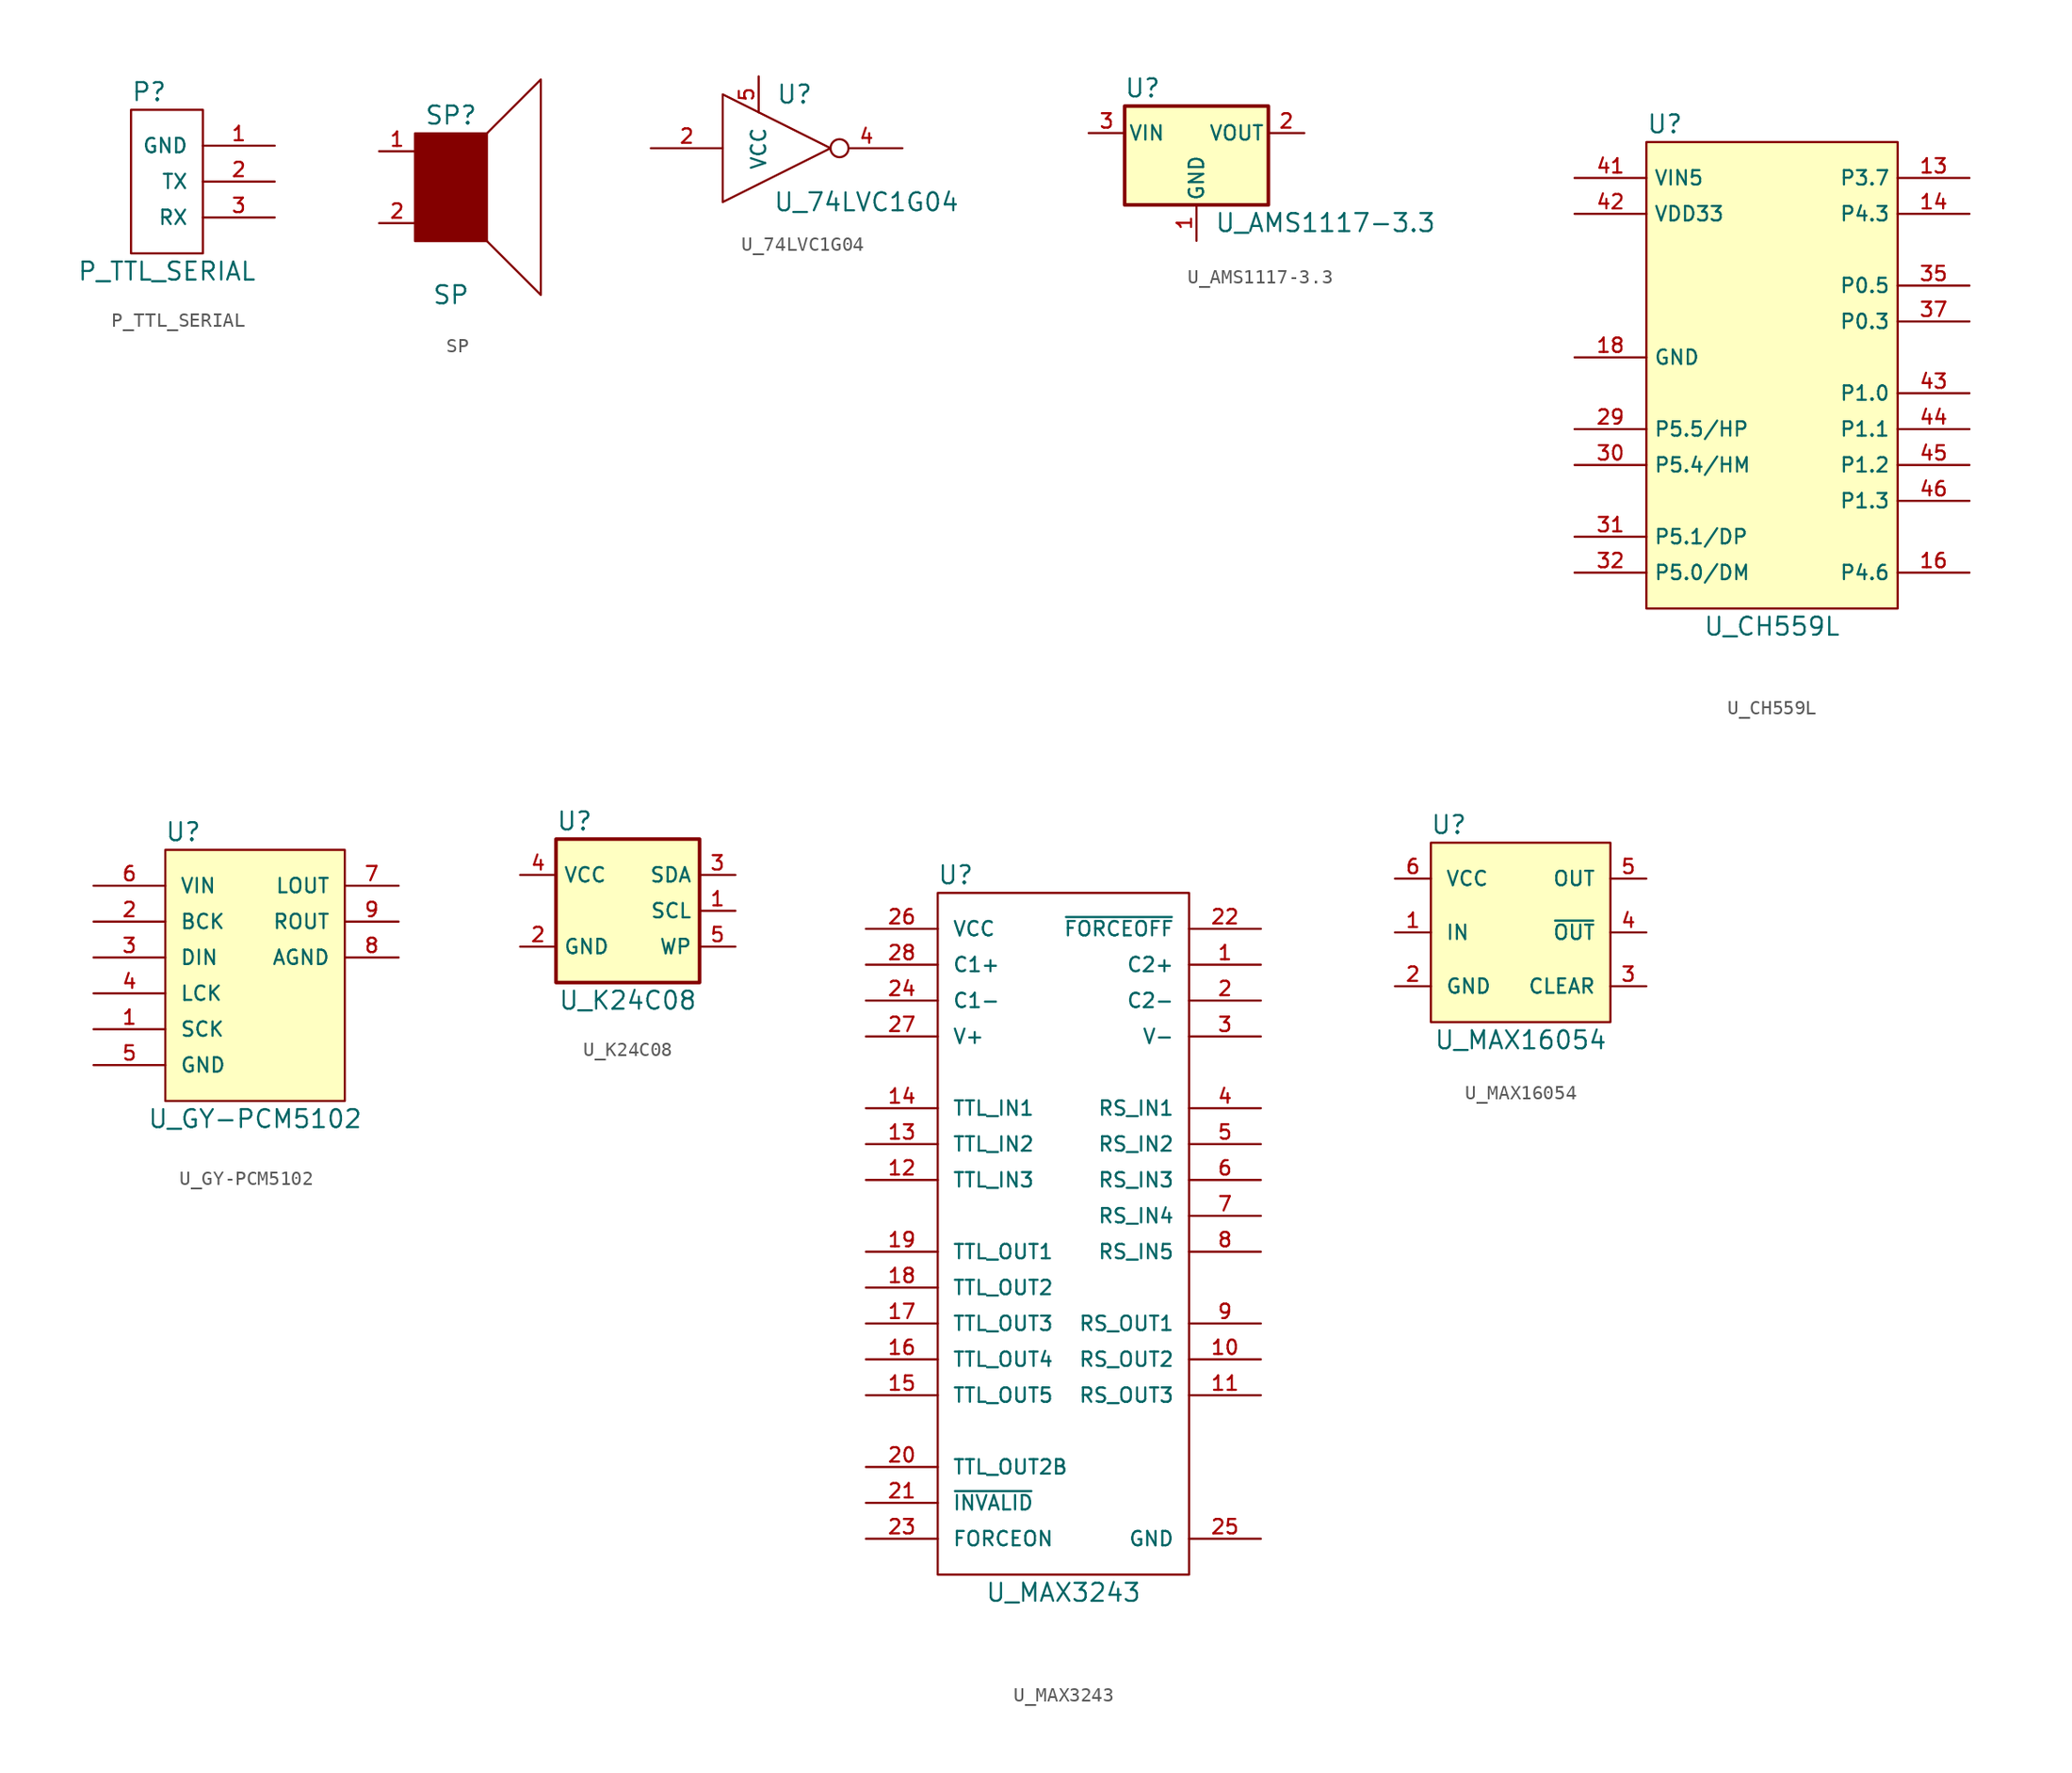
<source format=kicad_sym>
(kicad_symbol_lib
  (version 20231120)
  (generator "kicad_symbol_editor")
  (generator_version "8.0")
  (symbol "P_TTL_SERIAL"
    (pin_names
      (offset 1.016))
    (property "Reference" "P"
      (at -2.54 6.35 0)
      (effects (font (size 1.27 1.27)) (justify left)))
    (property "Value" "P_TTL_SERIAL"
      (at 0 -6.35 0)
      (effects (font (size 1.27 1.27))))
    (symbol "P_TTL_SERIAL_1_1"
      (rectangle (start -2.54 5.08) (end 2.54 -5.08) (stroke (width 0) (type default)) (fill (type none)))
      (pin passive line (at 7.62 2.54 180) (length 5.08) (name "GND" (effects (font (size 1.016 1.016)))) (number "1" (effects (font (size 1.016 1.016)))))
      (pin passive line (at 7.62 0 180) (length 5.08) (name "TX" (effects (font (size 1.016 1.016)))) (number "2" (effects (font (size 1.016 1.016)))))
      (pin passive line (at 7.62 -2.54 180) (length 5.08) (name "RX" (effects (font (size 1.016 1.016)))) (number "3" (effects (font (size 1.016 1.016)))))))
  (symbol "SP"
    (pin_names
      (offset 1.016))
    (property "Reference" "SP"
      (at 0 5.08 0)
      (effects (font (size 1.27 1.27))))
    (property "Value" "SP"
      (at 0 -7.62 0)
      (effects (font (size 1.27 1.27))))
    (symbol "SP_1_0"
      (polyline (pts (xy 2.54 3.81) (xy 6.35 7.62) (xy 6.35 -7.62) (xy 2.54 -3.81)) (stroke (width 0) (type default)) (fill (type none)))
      (polyline (pts (xy -2.54 3.81) (xy 2.54 3.81) (xy 2.54 -3.81) (xy -2.54 -3.81) (xy -2.54 3.81)) (stroke (width 0) (type default)) (fill (type outline))))
    (symbol "SP_1_1"
      (pin passive line (at -5.08 2.54 0) (length 2.54) (name "~" (effects (font (size 1.016 1.016)))) (number "1" (effects (font (size 1.016 1.016)))))
      (pin passive line (at -5.08 -2.54 0) (length 2.54) (name "~" (effects (font (size 1.016 1.016)))) (number "2" (effects (font (size 1.016 1.016)))))))
  (symbol "U_74LVC1G04"
    (pin_names
      (offset 1.016))
    (property "Reference" "U"
      (at 2.54 3.81 0)
      (effects (font (size 1.27 1.27))))
    (property "Value" "U_74LVC1G04"
      (at 7.62 -3.81 0)
      (effects (font (size 1.27 1.27))))
    (symbol "U_74LVC1G04_1_1"
      (polyline (pts (xy -2.54 3.81) (xy -2.54 -3.81) (xy 5.08 0) (xy -2.54 3.81)) (stroke (width 0.152) (type default)) (fill (type none)))
      (pin no_connect line (at -2.54 3.81 270) (length 0) hide (name "NC" (effects (font (size 1.016 1.016)))) (number "1" (effects (font (size 1.016 1.016)))))
      (pin input line (at -7.62 0 0) (length 5.08) (name "~" (effects (font (size 1.016 1.016)))) (number "2" (effects (font (size 1.016 1.016)))))
      (pin power_in line (at -2.54 -3.81 90) (length 0) hide (name "GND" (effects (font (size 1.016 1.016)))) (number "3" (effects (font (size 1.016 1.016)))))
      (pin output inverted (at 10.16 0 180) (length 5.08) (name "~" (effects (font (size 1.016 1.016)))) (number "4" (effects (font (size 1.016 1.016)))))
      (pin power_in line (at 0 5.08 270) (length 2.54) (name "VCC" (effects (font (size 1.016 1.016)))) (number "5" (effects (font (size 1.016 1.016)))))))
  (symbol "U_AMS1117-3.3"
    (pin_names
      (offset 0.254))
    (property "Reference" "U"
      (at -3.81 3.175 0)
      (effects (font (size 1.27 1.27))))
    (property "Value" "U_AMS1117-3.3"
      (at 1.27 -6.35 0)
      (effects (font (size 1.27 1.27)) (justify left)))
    (symbol "U_AMS1117-3.3_0_1"
      (rectangle (start -5.08 -5.08) (end 5.08 1.905) (stroke (width 0.254) (type default)) (fill (type background))))
    (symbol "U_AMS1117-3.3_1_1"
      (pin power_in line (at 0 -7.62 90) (length 2.54) (name "GND" (effects (font (size 1.016 1.016)))) (number "1" (effects (font (size 1.016 1.016)))))
      (pin power_out line (at 7.62 0 180) (length 2.54) (name "VOUT" (effects (font (size 1.016 1.016)))) (number "2" (effects (font (size 1.016 1.016)))))
      (pin power_in line (at -7.62 0 0) (length 2.54) (name "VIN" (effects (font (size 1.016 1.016)))) (number "3" (effects (font (size 1.016 1.016)))))))
  (symbol "U_CH559L"
    (property "Reference" "U"
      (at -8.89 17.78 0)
      (effects (font (size 1.27 1.27)) (justify left)))
    (property "Value" "U_CH559L"
      (at 0 -17.78 0)
      (effects (font (size 1.27 1.27))))
    (symbol "U_CH559L_1_1"
      (rectangle (start -8.89 16.51) (end 8.89 -16.51) (stroke (width 0) (type default)) (fill (type background)))
      (pin passive line (at 13.97 13.97 180) (length 5.08) (name "P3.7" (effects (font (size 1.016 1.016)))) (number "13" (effects (font (size 1.016 1.016)))))
      (pin passive line (at 13.97 11.43 180) (length 5.08) (name "P4.3" (effects (font (size 1.016 1.016)))) (number "14" (effects (font (size 1.016 1.016)))))
      (pin passive line (at 13.97 -13.97 180) (length 5.08) (name "P4.6" (effects (font (size 1.016 1.016)))) (number "16" (effects (font (size 1.016 1.016)))))
      (pin passive line (at -13.97 1.27 0) (length 5.08) (name "GND" (effects (font (size 1.016 1.016)))) (number "18" (effects (font (size 1.016 1.016)))))
      (pin passive line (at -13.97 -3.81 0) (length 5.08) (name "P5.5/HP" (effects (font (size 1.016 1.016)))) (number "29" (effects (font (size 1.016 1.016)))))
      (pin passive line (at -13.97 -6.35 0) (length 5.08) (name "P5.4/HM" (effects (font (size 1.016 1.016)))) (number "30" (effects (font (size 1.016 1.016)))))
      (pin passive line (at -13.97 -11.43 0) (length 5.08) (name "P5.1/DP" (effects (font (size 1.016 1.016)))) (number "31" (effects (font (size 1.016 1.016)))))
      (pin passive line (at -13.97 -13.97 0) (length 5.08) (name "P5.0/DM" (effects (font (size 1.016 1.016)))) (number "32" (effects (font (size 1.016 1.016)))))
      (pin passive line (at 13.97 6.35 180) (length 5.08) (name "P0.5" (effects (font (size 1.016 1.016)))) (number "35" (effects (font (size 1.016 1.016)))))
      (pin passive line (at 13.97 3.81 180) (length 5.08) (name "P0.3" (effects (font (size 1.016 1.016)))) (number "37" (effects (font (size 1.016 1.016)))))
      (pin passive line (at -13.97 13.97 0) (length 5.08) (name "VIN5" (effects (font (size 1.016 1.016)))) (number "41" (effects (font (size 1.016 1.016)))))
      (pin passive line (at -13.97 11.43 0) (length 5.08) (name "VDD33" (effects (font (size 1.016 1.016)))) (number "42" (effects (font (size 1.016 1.016)))))
      (pin passive line (at 13.97 -1.27 180) (length 5.08) (name "P1.0" (effects (font (size 1.016 1.016)))) (number "43" (effects (font (size 1.016 1.016)))))
      (pin passive line (at 13.97 -3.81 180) (length 5.08) (name "P1.1" (effects (font (size 1.016 1.016)))) (number "44" (effects (font (size 1.016 1.016)))))
      (pin passive line (at 13.97 -6.35 180) (length 5.08) (name "P1.2" (effects (font (size 1.016 1.016)))) (number "45" (effects (font (size 1.016 1.016)))))
      (pin passive line (at 13.97 -8.89 180) (length 5.08) (name "P1.3" (effects (font (size 1.016 1.016)))) (number "46" (effects (font (size 1.016 1.016)))))))
  (symbol "U_GY-PCM5102"
    (pin_names
      (offset 1.016))
    (property "Reference" "U"
      (at -5.08 10.16 0)
      (effects (font (size 1.27 1.27))))
    (property "Value" "U_GY-PCM5102"
      (at 0 -10.16 0)
      (effects (font (size 1.27 1.27))))
    (symbol "U_GY-PCM5102_0_1"
      (rectangle (start -6.35 8.89) (end 6.35 -8.89) (stroke (width 0) (type default)) (fill (type background))))
    (symbol "U_GY-PCM5102_1_1"
      (pin input line (at -11.43 -3.81 0) (length 5.08) (name "SCK" (effects (font (size 1.016 1.016)))) (number "1" (effects (font (size 1.016 1.016)))))
      (pin input line (at -11.43 3.81 0) (length 5.08) (name "BCK" (effects (font (size 1.016 1.016)))) (number "2" (effects (font (size 1.016 1.016)))))
      (pin input line (at -11.43 1.27 0) (length 5.08) (name "DIN" (effects (font (size 1.016 1.016)))) (number "3" (effects (font (size 1.016 1.016)))))
      (pin input line (at -11.43 -1.27 0) (length 5.08) (name "LCK" (effects (font (size 1.016 1.016)))) (number "4" (effects (font (size 1.016 1.016)))))
      (pin power_in line (at -11.43 -6.35 0) (length 5.08) (name "GND" (effects (font (size 1.016 1.016)))) (number "5" (effects (font (size 1.016 1.016)))))
      (pin power_in line (at -11.43 6.35 0) (length 5.08) (name "VIN" (effects (font (size 1.016 1.016)))) (number "6" (effects (font (size 1.016 1.016)))))
      (pin output line (at 10.16 6.35 180) (length 3.81) (name "LOUT" (effects (font (size 1.016 1.016)))) (number "7" (effects (font (size 1.016 1.016)))))
      (pin passive line (at 10.16 1.27 180) (length 3.81) (name "AGND" (effects (font (size 1.016 1.016)))) (number "8" (effects (font (size 1.016 1.016)))))
      (pin output line (at 10.16 3.81 180) (length 3.81) (name "ROUT" (effects (font (size 1.016 1.016)))) (number "9" (effects (font (size 1.016 1.016)))))))
  (symbol "U_K24C08"
    (property "Reference" "U"
      (at -5.08 6.35 0)
      (effects (font (size 1.27 1.27)) (justify left)))
    (property "Value" "U_K24C08"
      (at 0 -6.35 0)
      (effects (font (size 1.27 1.27))))
    (symbol "U_K24C08_1_1"
      (rectangle (start -5.08 5.08) (end 5.08 -5.08) (stroke (width 0.254) (type default)) (fill (type background)))
      (pin input line (at 7.62 0 180) (length 2.54) (name "SCL" (effects (font (size 1.016 1.016)))) (number "1" (effects (font (size 1.016 1.016)))))
      (pin power_in line (at -7.62 -2.54 0) (length 2.54) (name "GND" (effects (font (size 1.016 1.016)))) (number "2" (effects (font (size 1.016 1.016)))))
      (pin bidirectional line (at 7.62 2.54 180) (length 2.54) (name "SDA" (effects (font (size 1.016 1.016)))) (number "3" (effects (font (size 1.016 1.016)))))
      (pin power_in line (at -7.62 2.54 0) (length 2.54) (name "VCC" (effects (font (size 1.016 1.016)))) (number "4" (effects (font (size 1.016 1.016)))))
      (pin input line (at 7.62 -2.54 180) (length 2.54) (name "WP" (effects (font (size 1.016 1.016)))) (number "5" (effects (font (size 1.016 1.016)))))))
  (symbol "U_MAX3243"
    (pin_names
      (offset 1.016))
    (property "Reference" "U"
      (at -7.62 22.86 0)
      (effects (font (size 1.27 1.27))))
    (property "Value" "U_MAX3243"
      (at 0 -27.94 0)
      (effects (font (size 1.27 1.27))))
    (symbol "U_MAX3243_1_1"
      (rectangle (start -8.89 21.59) (end 8.89 -26.67) (stroke (width 0) (type default)) (fill (type none)))
      (pin passive line (at 13.97 16.51 180) (length 5.08) (name "C2+" (effects (font (size 1.016 1.016)))) (number "1" (effects (font (size 1.016 1.016)))))
      (pin passive line (at 13.97 -11.43 180) (length 5.08) (name "RS_OUT2" (effects (font (size 1.016 1.016)))) (number "10" (effects (font (size 1.016 1.016)))))
      (pin passive line (at 13.97 -13.97 180) (length 5.08) (name "RS_OUT3" (effects (font (size 1.016 1.016)))) (number "11" (effects (font (size 1.016 1.016)))))
      (pin passive line (at -13.97 1.27 0) (length 5.08) (name "TTL_IN3" (effects (font (size 1.016 1.016)))) (number "12" (effects (font (size 1.016 1.016)))))
      (pin passive line (at -13.97 3.81 0) (length 5.08) (name "TTL_IN2" (effects (font (size 1.016 1.016)))) (number "13" (effects (font (size 1.016 1.016)))))
      (pin passive line (at -13.97 6.35 0) (length 5.08) (name "TTL_IN1" (effects (font (size 1.016 1.016)))) (number "14" (effects (font (size 1.016 1.016)))))
      (pin passive line (at -13.97 -13.97 0) (length 5.08) (name "TTL_OUT5" (effects (font (size 1.016 1.016)))) (number "15" (effects (font (size 1.016 1.016)))))
      (pin passive line (at -13.97 -11.43 0) (length 5.08) (name "TTL_OUT4" (effects (font (size 1.016 1.016)))) (number "16" (effects (font (size 1.016 1.016)))))
      (pin passive line (at -13.97 -8.89 0) (length 5.08) (name "TTL_OUT3" (effects (font (size 1.016 1.016)))) (number "17" (effects (font (size 1.016 1.016)))))
      (pin passive line (at -13.97 -6.35 0) (length 5.08) (name "TTL_OUT2" (effects (font (size 1.016 1.016)))) (number "18" (effects (font (size 1.016 1.016)))))
      (pin passive line (at -13.97 -3.81 0) (length 5.08) (name "TTL_OUT1" (effects (font (size 1.016 1.016)))) (number "19" (effects (font (size 1.016 1.016)))))
      (pin passive line (at 13.97 13.97 180) (length 5.08) (name "C2-" (effects (font (size 1.016 1.016)))) (number "2" (effects (font (size 1.016 1.016)))))
      (pin passive line (at -13.97 -19.05 0) (length 5.08) (name "TTL_OUT2B" (effects (font (size 1.016 1.016)))) (number "20" (effects (font (size 1.016 1.016)))))
      (pin passive line (at -13.97 -21.59 0) (length 5.08) (name "~{INVALID}" (effects (font (size 1.016 1.016)))) (number "21" (effects (font (size 1.016 1.016)))))
      (pin passive line (at 13.97 19.05 180) (length 5.08) (name "~{FORCEOFF}" (effects (font (size 1.016 1.016)))) (number "22" (effects (font (size 1.016 1.016)))))
      (pin passive line (at -13.97 -24.13 0) (length 5.08) (name "FORCEON" (effects (font (size 1.016 1.016)))) (number "23" (effects (font (size 1.016 1.016)))))
      (pin passive line (at -13.97 13.97 0) (length 5.08) (name "C1-" (effects (font (size 1.016 1.016)))) (number "24" (effects (font (size 1.016 1.016)))))
      (pin power_in line (at 13.97 -24.13 180) (length 5.08) (name "GND" (effects (font (size 1.016 1.016)))) (number "25" (effects (font (size 1.016 1.016)))))
      (pin power_in line (at -13.97 19.05 0) (length 5.08) (name "VCC" (effects (font (size 1.016 1.016)))) (number "26" (effects (font (size 1.016 1.016)))))
      (pin passive line (at -13.97 11.43 0) (length 5.08) (name "V+" (effects (font (size 1.016 1.016)))) (number "27" (effects (font (size 1.016 1.016)))))
      (pin passive line (at -13.97 16.51 0) (length 5.08) (name "C1+" (effects (font (size 1.016 1.016)))) (number "28" (effects (font (size 1.016 1.016)))))
      (pin passive line (at 13.97 11.43 180) (length 5.08) (name "V-" (effects (font (size 1.016 1.016)))) (number "3" (effects (font (size 1.016 1.016)))))
      (pin passive line (at 13.97 6.35 180) (length 5.08) (name "RS_IN1" (effects (font (size 1.016 1.016)))) (number "4" (effects (font (size 1.016 1.016)))))
      (pin passive line (at 13.97 3.81 180) (length 5.08) (name "RS_IN2" (effects (font (size 1.016 1.016)))) (number "5" (effects (font (size 1.016 1.016)))))
      (pin passive line (at 13.97 1.27 180) (length 5.08) (name "RS_IN3" (effects (font (size 1.016 1.016)))) (number "6" (effects (font (size 1.016 1.016)))))
      (pin passive line (at 13.97 -1.27 180) (length 5.08) (name "RS_IN4" (effects (font (size 1.016 1.016)))) (number "7" (effects (font (size 1.016 1.016)))))
      (pin passive line (at 13.97 -3.81 180) (length 5.08) (name "RS_IN5" (effects (font (size 1.016 1.016)))) (number "8" (effects (font (size 1.016 1.016)))))
      (pin passive line (at 13.97 -8.89 180) (length 5.08) (name "RS_OUT1" (effects (font (size 1.016 1.016)))) (number "9" (effects (font (size 1.016 1.016)))))))
  (symbol "U_MAX16054"
    (pin_names
      (offset 1.016))
    (property "Reference" "U"
      (at -5.08 7.62 0)
      (effects (font (size 1.27 1.27))))
    (property "Value" "U_MAX16054"
      (at 0 -7.62 0)
      (effects (font (size 1.27 1.27))))
    (symbol "U_MAX16054_0_1"
      (rectangle (start -6.35 6.35) (end 6.35 -6.35) (stroke (width 0) (type default)) (fill (type background))))
    (symbol "U_MAX16054_1_1"
      (pin input line (at -8.89 0 0) (length 2.54) (name "IN" (effects (font (size 1.016 1.016)))) (number "1" (effects (font (size 1.016 1.016)))))
      (pin power_in line (at -8.89 -3.81 0) (length 2.54) (name "GND" (effects (font (size 1.016 1.016)))) (number "2" (effects (font (size 1.016 1.016)))))
      (pin input line (at 8.89 -3.81 180) (length 2.54) (name "CLEAR" (effects (font (size 1.016 1.016)))) (number "3" (effects (font (size 1.016 1.016)))))
      (pin output line (at 8.89 0 180) (length 2.54) (name "~{OUT}" (effects (font (size 1.016 1.016)))) (number "4" (effects (font (size 1.016 1.016)))))
      (pin output line (at 8.89 3.81 180) (length 2.54) (name "OUT" (effects (font (size 1.016 1.016)))) (number "5" (effects (font (size 1.016 1.016)))))
      (pin power_in line (at -8.89 3.81 0) (length 2.54) (name "VCC" (effects (font (size 1.016 1.016)))) (number "6" (effects (font (size 1.016 1.016))))))))
</source>
